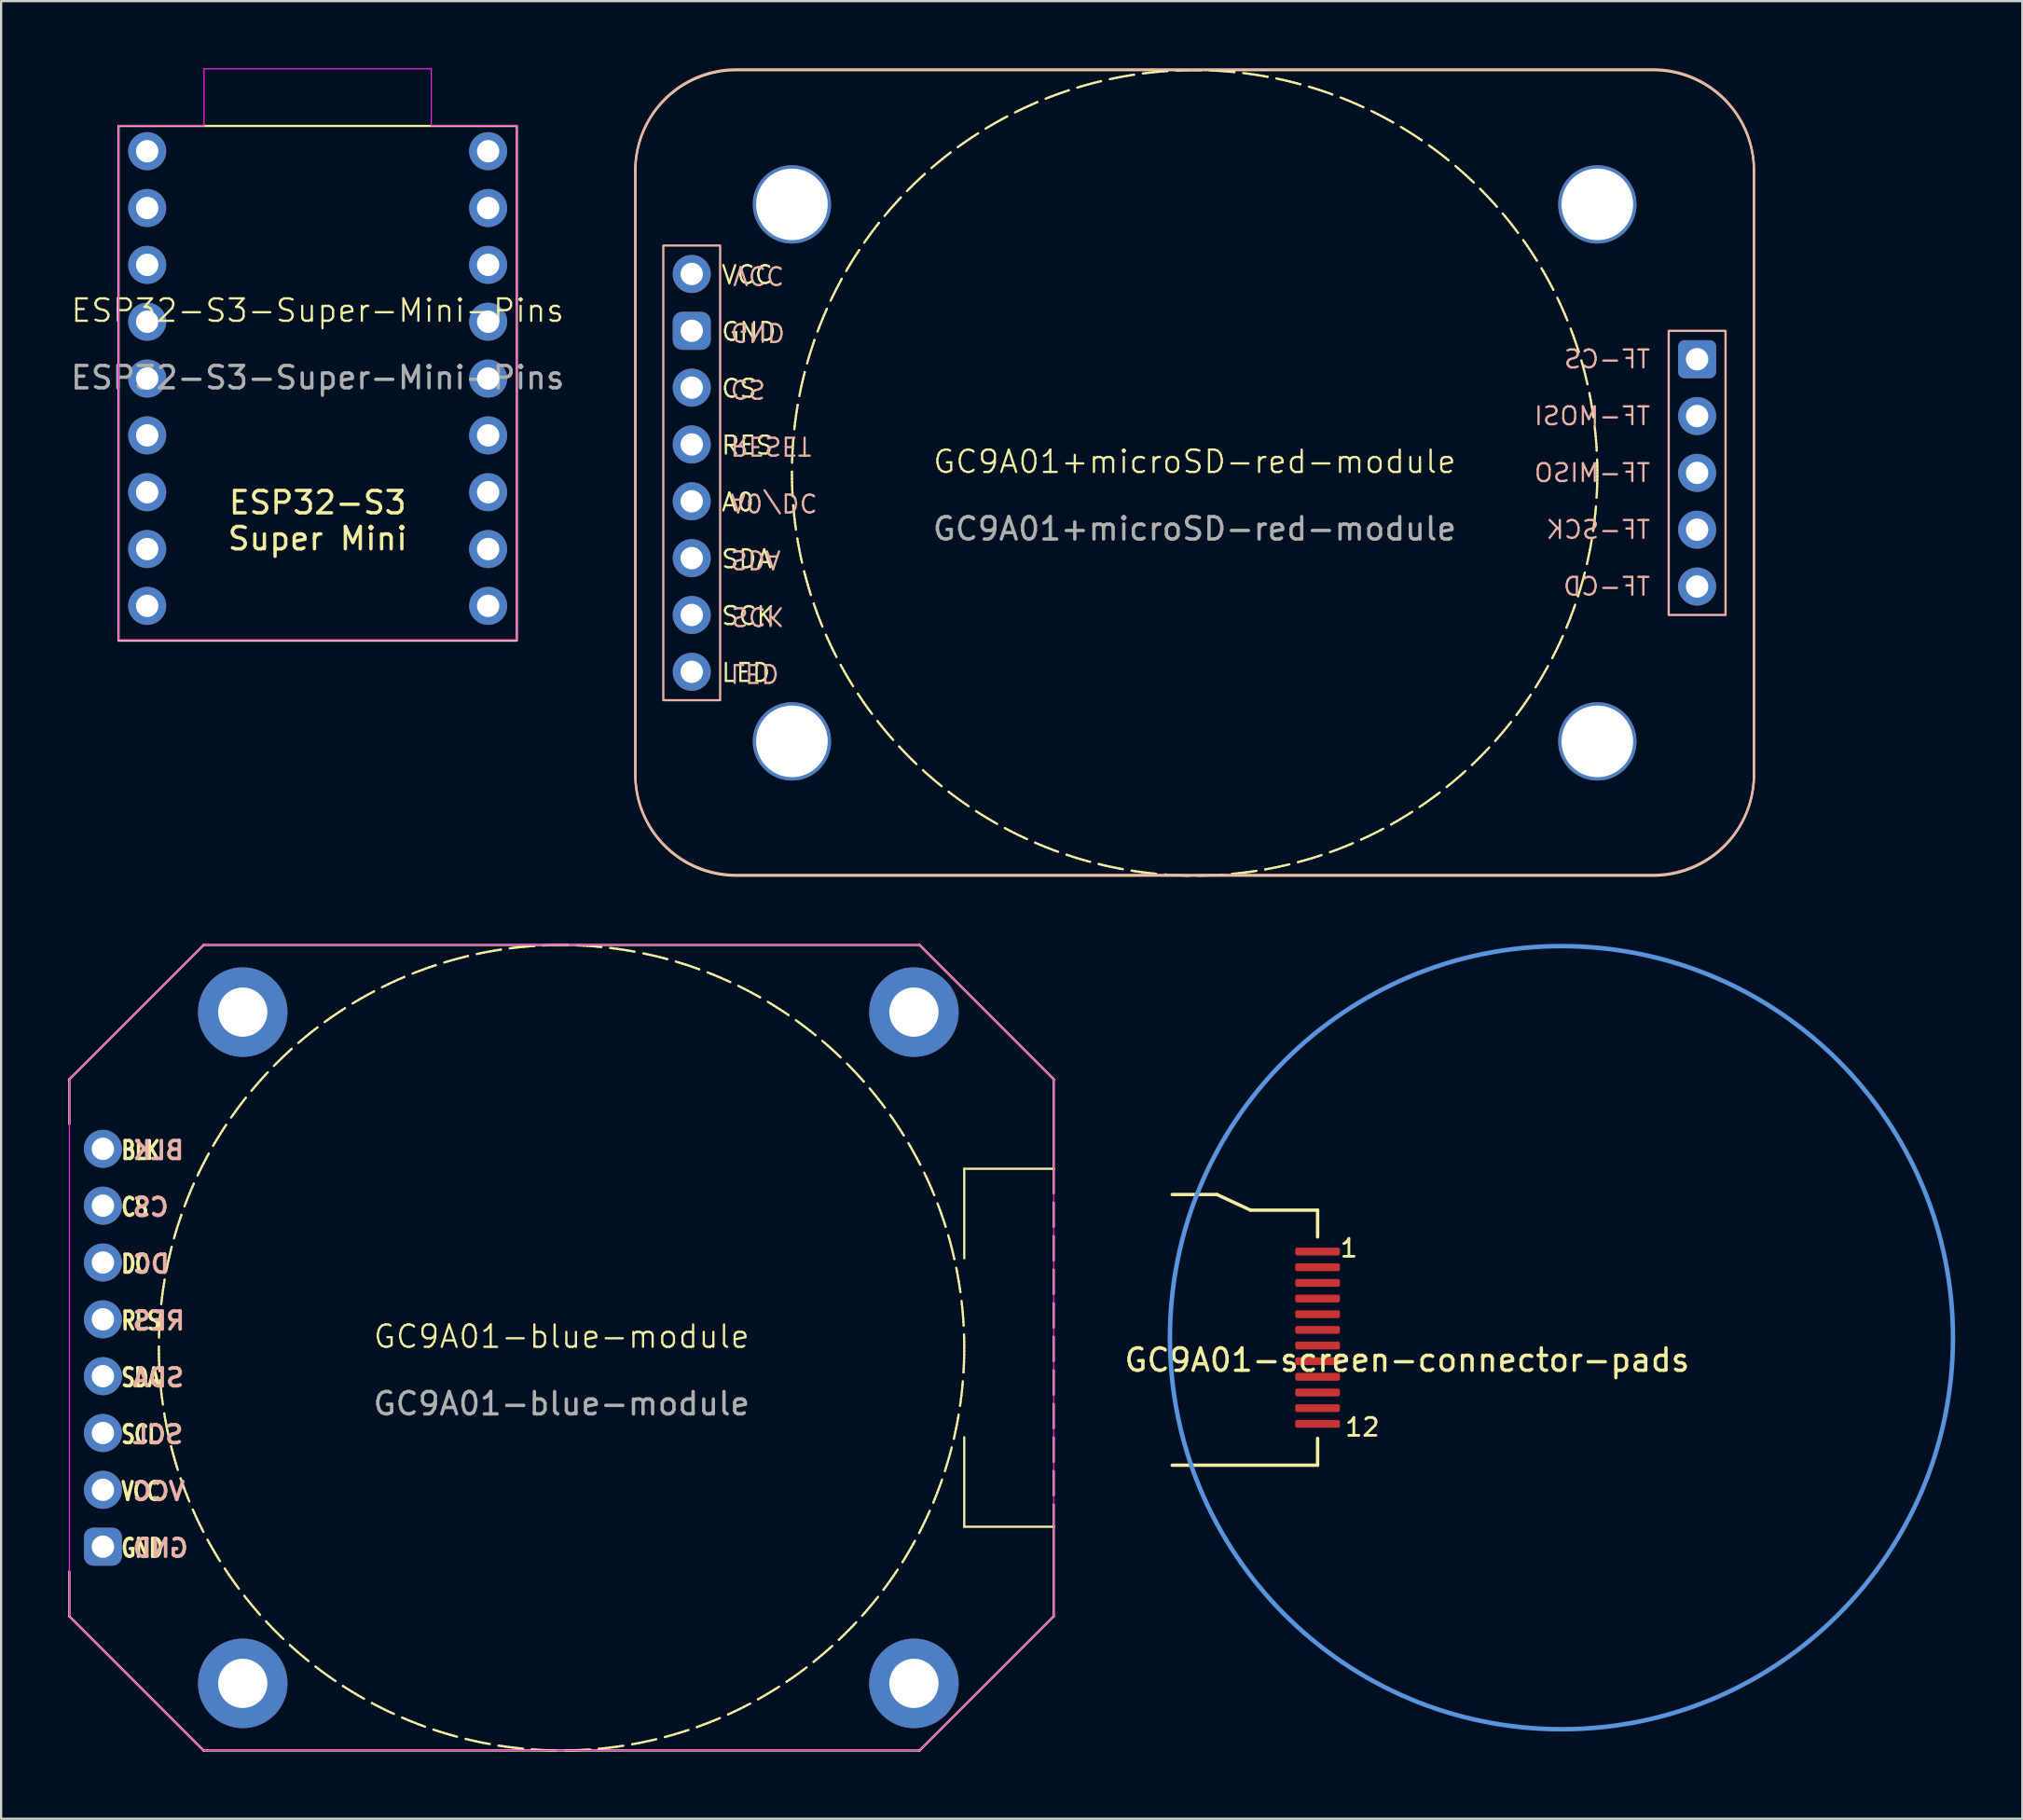
<source format=kicad_pcb>
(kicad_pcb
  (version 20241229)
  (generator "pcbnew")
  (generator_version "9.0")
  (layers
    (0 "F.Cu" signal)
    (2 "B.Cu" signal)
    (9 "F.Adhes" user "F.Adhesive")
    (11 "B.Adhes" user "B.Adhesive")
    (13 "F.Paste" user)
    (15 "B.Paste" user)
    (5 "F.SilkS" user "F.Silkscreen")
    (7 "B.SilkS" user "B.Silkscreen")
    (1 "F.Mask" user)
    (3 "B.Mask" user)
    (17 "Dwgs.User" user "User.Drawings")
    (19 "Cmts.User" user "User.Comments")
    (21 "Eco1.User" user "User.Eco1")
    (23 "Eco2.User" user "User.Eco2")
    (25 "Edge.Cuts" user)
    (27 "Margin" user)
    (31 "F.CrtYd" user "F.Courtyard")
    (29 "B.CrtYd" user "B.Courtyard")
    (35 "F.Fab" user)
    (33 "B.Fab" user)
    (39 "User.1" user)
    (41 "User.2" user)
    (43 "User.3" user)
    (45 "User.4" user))
  (footprint "ESP32-S3-Super-Mini-Pins"
    (layer "F.Cu")
    (at 11.149 11.328)
    (property "Reference" "ESP32-S3-Super-Mini-Pins" (at 0 -0.5 0) (unlocked yes) (layer "F.SilkS") (effects (font (size 1 1) (thickness 0.1))))
    (attr through_hole)
    (fp_rect (start -8.9 -8.75) (end 8.9 14.25) (stroke (width 0.1) (type default)) (fill no) (layer "F.SilkS"))
    (fp_poly (pts (xy -8.89 -8.763) (xy -5.08 -8.763) (xy -5.08 -11.303) (xy 5.08 -11.303) (xy 5.08 -8.763) (xy 8.89 -8.763) (xy 8.89 14.216) (xy -8.89 14.216)) (stroke (width 0.05) (type solid)) (fill no) (layer "F.CrtYd"))
    (fp_text user "${REFERENCE}" (at 0 2.5 0) (unlocked yes) (layer "F.Fab") (effects (font (size 1 1) (thickness 0.15))))
    (fp_text_box "ESP32-S3\nSuper Mini" (start -4.875 6.75) (end 4.875 9.75) (margins 0.75 0.75 0.75 0.75) (layer "F.SilkS") (effects (font (size 1 1) (thickness 0.15)) (justify top)) (border no) (stroke (width 0) (type solid)))
    (pad "1" thru_hole circle (at -7.62 -2.54) (size 1.7 1.7) (drill 1) (layers "*.Cu" "*.Mask"))
    (pad "2" thru_hole circle (at -7.62 0) (size 1.7 1.7) (drill 1) (layers "*.Cu" "*.Mask"))
    (pad "3" thru_hole circle (at -7.62 2.54) (size 1.7 1.7) (drill 1) (layers "*.Cu" "*.Mask"))
    (pad "3V3" thru_hole circle (at 7.62 -2.54) (size 1.7 1.7) (drill 1) (layers "*.Cu" "*.Mask"))
    (pad "4" thru_hole circle (at -7.62 5.08) (size 1.7 1.7) (drill 1) (layers "*.Cu" "*.Mask"))
    (pad "5" thru_hole circle (at -7.62 7.62) (size 1.7 1.7) (drill 1) (layers "*.Cu" "*.Mask"))
    (pad "5V" thru_hole circle (at 7.62 -7.62) (size 1.7 1.7) (drill 1) (layers "*.Cu" "*.Mask"))
    (pad "6" thru_hole circle (at -7.62 10.16) (size 1.7 1.7) (drill 1) (layers "*.Cu" "*.Mask"))
    (pad "7" thru_hole circle (at -7.62 12.7) (size 1.7 1.7) (drill 1) (layers "*.Cu" "*.Mask"))
    (pad "8" thru_hole circle (at 7.62 12.7) (size 1.7 1.7) (drill 1) (layers "*.Cu" "*.Mask"))
    (pad "9" thru_hole circle (at 7.62 10.16) (size 1.7 1.7) (drill 1) (layers "*.Cu" "*.Mask"))
    (pad "10" thru_hole circle (at 7.62 7.62) (size 1.7 1.7) (drill 1) (layers "*.Cu" "*.Mask"))
    (pad "12" thru_hole circle (at 7.62 2.54) (size 1.7 1.7) (drill 1) (layers "*.Cu" "*.Mask"))
    (pad "13" thru_hole circle (at 7.62 0) (size 1.7 1.7) (drill 1) (layers "*.Cu" "*.Mask"))
    (pad "211" thru_hole circle (at 7.62 5.08) (size 1.7 1.7) (drill 1) (layers "*.Cu" "*.Mask"))
    (pad "G" thru_hole circle (at 7.62 -5.08) (size 1.7 1.7) (drill 1) (layers "*.Cu" "*.Mask"))
    (pad "RX" thru_hole circle (at -7.62 -5.08) (size 1.7 1.7) (drill 1) (layers "*.Cu" "*.Mask"))
    (pad "TX" thru_hole circle (at -7.62 -7.62) (size 1.7 1.7) (drill 1) (layers "*.Cu" "*.Mask")))
  (footprint "GC9A01-screen-connector-pads"
    (layer "F.Cu")
    (at 55.844 56.734)
    (property "Reference" "GC9A01-screen-connector-pads" (at 4 1 0) (layer "F.SilkS") (effects (font (size 1 1) (thickness 0.15))))
    (attr smd)
    (fp_line (start -6.5 5.7) (end 0 5.7) (stroke (width 0.15) (type solid)) (layer "F.SilkS"))
    (fp_line (start -4.5 -6.4) (end -6.5 -6.4) (stroke (width 0.15) (type solid)) (layer "F.SilkS"))
    (fp_line (start -3 -5.7) (end -4.5 -6.4) (stroke (width 0.15) (type solid)) (layer "F.SilkS"))
    (fp_line (start -3 -5.7) (end 0 -5.7) (stroke (width 0.15) (type solid)) (layer "F.SilkS"))
    (fp_line (start 0 -4.5) (end 0 -5.7) (stroke (width 0.15) (type solid)) (layer "F.SilkS"))
    (fp_line (start 0 4.5) (end 0 5.7) (stroke (width 0.15) (type solid)) (layer "F.SilkS"))
    (fp_circle (center 10.9 0) (end 28.4 0) (stroke (width 0.2) (type solid)) (fill no) (layer "Cmts.User"))
    (fp_text user "1" (at 1.4 -4 0) (layer "F.SilkS") (effects (font (size 0.8 0.8) (thickness 0.12))))
    (fp_text user "12" (at 2 4 0) (layer "F.SilkS") (effects (font (size 0.8 0.8) (thickness 0.12))))
    (pad "1" smd roundrect (at 0 -3.85) (size 2 0.35) (layers "F.Cu" "F.Mask" "F.Paste") (roundrect_rratio 0.25))
    (pad "2" smd roundrect (at 0 -3.15) (size 2 0.35) (layers "F.Cu" "F.Mask" "F.Paste") (roundrect_rratio 0.25))
    (pad "3" smd roundrect (at 0 -2.45) (size 2 0.35) (layers "F.Cu" "F.Mask" "F.Paste") (roundrect_rratio 0.25))
    (pad "4" smd roundrect (at 0 -1.75) (size 2 0.35) (layers "F.Cu" "F.Mask" "F.Paste") (roundrect_rratio 0.25))
    (pad "5" smd roundrect (at 0 -1.05) (size 2 0.35) (layers "F.Cu" "F.Mask" "F.Paste") (roundrect_rratio 0.25))
    (pad "6" smd roundrect (at 0 -0.35) (size 2 0.35) (layers "F.Cu" "F.Mask" "F.Paste") (roundrect_rratio 0.25))
    (pad "7" smd roundrect (at 0 0.35) (size 2 0.35) (layers "F.Cu" "F.Mask" "F.Paste") (roundrect_rratio 0.25))
    (pad "8" smd roundrect (at 0 1.05) (size 2 0.35) (layers "F.Cu" "F.Mask" "F.Paste") (roundrect_rratio 0.25))
    (pad "9" smd roundrect (at 0 1.75) (size 2 0.35) (layers "F.Cu" "F.Mask" "F.Paste") (roundrect_rratio 0.25))
    (pad "10" smd roundrect (at 0 2.45) (size 2 0.35) (layers "F.Cu" "F.Mask" "F.Paste") (roundrect_rratio 0.25))
    (pad "11" smd roundrect (at 0 3.15) (size 2 0.35) (layers "F.Cu" "F.Mask" "F.Paste") (roundrect_rratio 0.25))
    (pad "12" smd roundrect (at 0 3.85) (size 2 0.35) (layers "F.Cu" "F.Mask" "F.Paste") (roundrect_rratio 0.25)))
  (footprint "GC9A01-blue-module"
    (layer "F.Cu")
    (at 22.05 57.184)
    (property "Reference" "GC9A01-blue-module" (at 0 -0.5 0) (unlocked yes) (layer "F.SilkS") (effects (font (size 1 1) (thickness 0.1))))
    (attr through_hole)
    (fp_line (start -22 -12) (end -22 -10) (stroke (width 0.1) (type default)) (layer "F.SilkS"))
    (fp_line (start -22 -12) (end -16 -18) (stroke (width 0.1) (type default)) (layer "F.SilkS"))
    (fp_line (start -22 10) (end -22 12) (stroke (width 0.1) (type default)) (layer "F.SilkS"))
    (fp_line (start -22 12) (end -16 18) (stroke (width 0.1) (type default)) (layer "F.SilkS"))
    (fp_line (start -16 -18) (end 16 -18) (stroke (width 0.1) (type default)) (layer "F.SilkS"))
    (fp_line (start -16 18) (end 16 18) (stroke (width 0.1) (type default)) (layer "F.SilkS"))
    (fp_line (start 16 18) (end 22 12) (stroke (width 0.1) (type default)) (layer "F.SilkS"))
    (fp_line (start 18 -8) (end 18 -4) (stroke (width 0.1) (type default)) (layer "F.SilkS"))
    (fp_line (start 18 -8) (end 22 -8) (stroke (width 0.1) (type default)) (layer "F.SilkS"))
    (fp_line (start 18 4) (end 18 8) (stroke (width 0.1) (type default)) (layer "F.SilkS"))
    (fp_line (start 18 8) (end 22 8) (stroke (width 0.1) (type default)) (layer "F.SilkS"))
    (fp_line (start 22 -12) (end 16 -18) (stroke (width 0.1) (type default)) (layer "F.SilkS"))
    (fp_line (start 22 -12) (end 22 -8) (stroke (width 0.1) (type default)) (layer "F.SilkS"))
    (fp_line (start 22 -8) (end 22 8) (stroke (width 0.1) (type dash)) (layer "F.SilkS"))
    (fp_line (start 22 8) (end 22 12) (stroke (width 0.1) (type default)) (layer "F.SilkS"))
    (fp_circle (center 0 0) (end 18 0) (stroke (width 0.1) (type dash)) (fill no) (layer "F.SilkS"))
    (fp_poly (pts (xy -22 -12) (xy -16 -18) (xy 16 -18) (xy 22 -12) (xy 22 12) (xy 16 18) (xy -16 18) (xy -22 12)) (stroke (width 0.05) (type solid)) (fill no) (layer "F.CrtYd"))
    (fp_text user "RES" (at -19.75 -0.735 0) (unlocked yes) (layer "F.SilkS") (effects (font (size 0.8 0.6) (thickness 0.16)) (justify left bottom)))
    (fp_text user "SDA" (at -19.75 1.805 0) (unlocked yes) (layer "F.SilkS") (effects (font (size 0.8 0.6) (thickness 0.16)) (justify left bottom)))
    (fp_text user "DC" (at -19.75 -3.275 0) (unlocked yes) (layer "F.SilkS") (effects (font (size 0.8 0.6) (thickness 0.16)) (justify left bottom)))
    (fp_text user "SCL" (at -19.75 4.345 0) (unlocked yes) (layer "F.SilkS") (effects (font (size 0.8 0.6) (thickness 0.16)) (justify left bottom)))
    (fp_text user "GND" (at -19.75 9.425 0) (unlocked yes) (layer "F.SilkS") (effects (font (size 0.8 0.6) (thickness 0.16)) (justify left bottom)))
    (fp_text user "BLK" (at -19.75 -8.355 0) (unlocked yes) (layer "F.SilkS") (effects (font (size 0.8 0.6) (thickness 0.16)) (justify left bottom)))
    (fp_text user "CS" (at -19.75 -5.815 0) (unlocked yes) (layer "F.SilkS") (effects (font (size 0.8 0.6) (thickness 0.16)) (justify left bottom)))
    (fp_text user "VCC" (at -19.75 6.885 0) (unlocked yes) (layer "F.SilkS") (effects (font (size 0.8 0.6) (thickness 0.16)) (justify left bottom)))
    (fp_text user "GND" (at -19.25 9.425 0) (unlocked yes) (layer "B.SilkS") (effects (font (size 0.8 0.8) (thickness 0.16)) (justify right bottom mirror)))
    (fp_text user "BLK" (at -19.25 -8.355 0) (unlocked yes) (layer "B.SilkS") (effects (font (size 0.8 0.8) (thickness 0.16)) (justify right bottom mirror)))
    (fp_text user "SCL" (at -19.25 4.345 0) (unlocked yes) (layer "B.SilkS") (effects (font (size 0.8 0.8) (thickness 0.16)) (justify right bottom mirror)))
    (fp_text user "CS" (at -19.25 -5.815 0) (unlocked yes) (layer "B.SilkS") (effects (font (size 0.8 0.8) (thickness 0.16)) (justify right bottom mirror)))
    (fp_text user "VCC" (at -19.25 6.885 0) (unlocked yes) (layer "B.SilkS") (effects (font (size 0.8 0.8) (thickness 0.16)) (justify right bottom mirror)))
    (fp_text user "DC" (at -19.25 -3.275 0) (unlocked yes) (layer "B.SilkS") (effects (font (size 0.8 0.8) (thickness 0.16)) (justify right bottom mirror)))
    (fp_text user "SDA" (at -19.25 1.805 0) (unlocked yes) (layer "B.SilkS") (effects (font (size 0.8 0.8) (thickness 0.16)) (justify right bottom mirror)))
    (fp_text user "RES" (at -19.25 -0.735 0) (unlocked yes) (layer "B.SilkS") (effects (font (size 0.8 0.8) (thickness 0.16)) (justify right bottom mirror)))
    (fp_text user "${REFERENCE}" (at 0 2.5 0) (unlocked yes) (layer "F.Fab") (effects (font (size 1 1) (thickness 0.15))))
    (pad "" np_thru_hole circle (at -14.25 -15) (size 4 4) (drill 2.2) (layers "*.Cu" "*.Mask"))
    (pad "" np_thru_hole circle (at -14.25 15) (size 4 4) (drill 2.2) (layers "*.Cu" "*.Mask"))
    (pad "" np_thru_hole circle (at 15.75 -15) (size 4 4) (drill 2.2) (layers "*.Cu" "*.Mask"))
    (pad "" np_thru_hole circle (at 15.75 15) (size 4 4) (drill 2.2) (layers "*.Cu" "*.Mask"))
    (pad "1" thru_hole roundrect (at -20.5 8.89 270) (size 1.7 1.7) (drill 1) (layers "*.Cu" "*.Mask") (roundrect_rratio 0.25))
    (pad "2" thru_hole circle (at -20.5 6.35 270) (size 1.7 1.7) (drill 1) (layers "*.Cu" "*.Mask"))
    (pad "3" thru_hole circle (at -20.5 3.81 270) (size 1.7 1.7) (drill 1) (layers "*.Cu" "*.Mask"))
    (pad "4" thru_hole circle (at -20.5 1.27 270) (size 1.7 1.7) (drill 1) (layers "*.Cu" "*.Mask"))
    (pad "5" thru_hole circle (at -20.5 -1.27 270) (size 1.7 1.7) (drill 1) (layers "*.Cu" "*.Mask"))
    (pad "6" thru_hole circle (at -20.5 -3.81 270) (size 1.7 1.7) (drill 1) (layers "*.Cu" "*.Mask"))
    (pad "7" thru_hole circle (at -20.5 -6.35 270) (size 1.7 1.7) (drill 1) (layers "*.Cu" "*.Mask"))
    (pad "8" thru_hole circle (at -20.5 -8.89 270) (size 1.7 1.7) (drill 1) (layers "*.Cu" "*.Mask")))
  (footprint "GC9A01+microSD-red-module"
    (layer "F.Cu")
    (at 50.348 18.084)
    (property "Reference" "GC9A01+microSD-red-module" (at 0 -0.5 0) (unlocked yes) (layer "F.SilkS") (effects (font (size 1 1) (thickness 0.1))))
    (attr smd)
    (fp_circle (center 0 0) (end 18 0) (stroke (width 0.1) (type dash)) (fill no) (layer "F.SilkS"))
    (fp_poly (pts (arc (start 20.5 18) (mid 23.681981 16.681981) (end 25 13.5)) (arc (start 25 -13.5) (mid 23.681981 -16.681981) (end 20.5 -18)) (arc (start -20.5 -18) (mid -23.681981 -16.681981) (end -25 -13.5)) (arc (start -25 13.5) (mid -23.681981 16.681981) (end -20.5 18))) (stroke (width 0.1) (type solid)) (fill no) (layer "F.SilkS"))
    (fp_rect (start -23.749 -10.16) (end -21.209 10.16) (stroke (width 0.1) (type default)) (fill no) (layer "B.SilkS"))
    (fp_rect (start 21.19 -6.35) (end 23.73 6.35) (stroke (width 0.1) (type default)) (fill no) (layer "B.SilkS"))
    (fp_poly (pts (arc (start 20.5 17.966) (mid 23.681981 16.647981) (end 25 13.466)) (arc (start 25 -13.534) (mid 23.681981 -16.715981) (end 20.5 -18.034)) (arc (start -20.5 -18.034) (mid -23.681981 -16.715981) (end -25 -13.534)) (arc (start -25 13.466) (mid -23.681981 16.647981) (end -20.5 17.966))) (stroke (width 0.1) (type solid)) (fill no) (layer "B.SilkS"))
    (fp_text user "LED" (at -21.209 9.398 0) (unlocked yes) (layer "F.SilkS") (effects (font (size 0.8 0.8) (thickness 0.1)) (justify left bottom)))
    (fp_text user "SDA" (at -21.209 4.318 0) (unlocked yes) (layer "F.SilkS") (effects (font (size 0.8 0.8) (thickness 0.1)) (justify left bottom)))
    (fp_text user "SCK" (at -21.209 6.858 0) (unlocked yes) (layer "F.SilkS") (effects (font (size 0.8 0.8) (thickness 0.1)) (justify left bottom)))
    (fp_text user "GND" (at -21.209 -5.842 0) (unlocked yes) (layer "F.SilkS") (effects (font (size 0.8 0.8) (thickness 0.1)) (justify left bottom)))
    (fp_text user "RES" (at -21.209 -0.762 0) (unlocked yes) (layer "F.SilkS") (effects (font (size 0.8 0.8) (thickness 0.1)) (justify left bottom)))
    (fp_text user "VCC" (at -21.209 -8.382 0) (unlocked yes) (layer "F.SilkS") (effects (font (size 0.8 0.8) (thickness 0.1)) (justify left bottom)))
    (fp_text user "A0" (at -21.209 1.778 0) (unlocked yes) (layer "F.SilkS") (effects (font (size 0.8 0.8) (thickness 0.1)) (justify left bottom)))
    (fp_text user "CS" (at -21.209 -3.302 0) (unlocked yes) (layer "F.SilkS") (effects (font (size 0.8 0.8) (thickness 0.1)) (justify left bottom)))
    (fp_text user "TF-CD" (at 20.428 5.08 0) (unlocked yes) (layer "B.SilkS") (effects (font (size 0.8 0.8) (thickness 0.1)) (justify left mirror)))
    (fp_text user "TF-CS" (at 20.428 -5.08 0) (unlocked yes) (layer "B.SilkS") (effects (font (size 0.8 0.8) (thickness 0.1)) (justify left mirror)))
    (fp_text user "SDA" (at -20.815 3.405 180) (unlocked yes) (layer "B.SilkS") (effects (font (size 0.8 0.8) (thickness 0.1)) (justify left bottom mirror)))
    (fp_text user "GND" (at -20.815 -6.755 180) (unlocked yes) (layer "B.SilkS") (effects (font (size 0.8 0.8) (thickness 0.1)) (justify left bottom mirror)))
    (fp_text user "SCK" (at -20.777 5.945 180) (unlocked yes) (layer "B.SilkS") (effects (font (size 0.8 0.8) (thickness 0.1)) (justify left bottom mirror)))
    (fp_text user "A0/DC" (at -20.815 0.865 180) (unlocked yes) (layer "B.SilkS") (effects (font (size 0.8 0.8) (thickness 0.1)) (justify left bottom mirror)))
    (fp_text user "TF-SCK" (at 20.428 2.54 0) (unlocked yes) (layer "B.SilkS") (effects (font (size 0.8 0.8) (thickness 0.1)) (justify left mirror)))
    (fp_text user "LED" (at -20.815 8.485 180) (unlocked yes) (layer "B.SilkS") (effects (font (size 0.8 0.8) (thickness 0.1)) (justify left bottom mirror)))
    (fp_text user "VCC" (at -20.701 -9.295 180) (unlocked yes) (layer "B.SilkS") (effects (font (size 0.8 0.8) (thickness 0.1)) (justify left bottom mirror)))
    (fp_text user "CS" (at -20.815 -4.215 180) (unlocked yes) (layer "B.SilkS") (effects (font (size 0.8 0.8) (thickness 0.1)) (justify left bottom mirror)))
    (fp_text user "RESET" (at -20.815 -1.675 180) (unlocked yes) (layer "B.SilkS") (effects (font (size 0.8 0.8) (thickness 0.1)) (justify left bottom mirror)))
    (fp_text user "TF-MOSI" (at 20.428 -2.54 0) (unlocked yes) (layer "B.SilkS") (effects (font (size 0.8 0.8) (thickness 0.1)) (justify left mirror)))
    (fp_text user "TF-MISO" (at 20.428 0 0) (unlocked yes) (layer "B.SilkS") (effects (font (size 0.8 0.8) (thickness 0.1)) (justify left mirror)))
    (fp_text user "${REFERENCE}" (at 0 2.5 0) (unlocked yes) (layer "F.Fab") (effects (font (size 1 1) (thickness 0.15))))
    (pad "" np_thru_hole circle (at -18 -12) (size 3.5 3.5) (drill 3.2) (layers "*.Cu" "*.Mask"))
    (pad "" np_thru_hole circle (at -18 12) (size 3.5 3.5) (drill 3.2) (layers "*.Cu" "*.Mask"))
    (pad "" np_thru_hole circle (at 18 -12) (size 3.5 3.5) (drill 3.2) (layers "*.Cu" "*.Mask"))
    (pad "" np_thru_hole circle (at 18 12) (size 3.5 3.5) (drill 3.2) (layers "*.Cu" "*.Mask"))
    (pad "1" thru_hole roundrect (at -22.479 -6.35 270) (size 1.7 1.7) (drill 1) (layers "*.Cu" "*.Mask") (roundrect_rratio 0.25))
    (pad "2" thru_hole circle (at -22.479 -8.89 270) (size 1.7 1.7) (drill 1) (layers "*.Cu" "*.Mask"))
    (pad "3" thru_hole circle (at -22.479 6.35 270) (size 1.7 1.7) (drill 1) (layers "*.Cu" "*.Mask"))
    (pad "4" thru_hole circle (at -22.479 3.81 270) (size 1.7 1.7) (drill 1) (layers "*.Cu" "*.Mask"))
    (pad "5" thru_hole circle (at -22.479 -1.27 270) (size 1.7 1.7) (drill 1) (layers "*.Cu" "*.Mask"))
    (pad "6" thru_hole circle (at -22.479 1.27 270) (size 1.7 1.7) (drill 1) (layers "*.Cu" "*.Mask"))
    (pad "7" thru_hole circle (at -22.479 -3.81 270) (size 1.7 1.7) (drill 1) (layers "*.Cu" "*.Mask"))
    (pad "8" thru_hole circle (at -22.479 8.89 270) (size 1.7 1.7) (drill 1) (layers "*.Cu" "*.Mask"))
    (pad "9" thru_hole roundrect (at 22.46 -5.08 270) (size 1.7 1.7) (drill 1) (layers "*.Cu" "*.Mask") (roundrect_rratio 0.164))
    (pad "10" thru_hole circle (at 22.46 -2.54 270) (size 1.7 1.7) (drill 1) (layers "*.Cu" "*.Mask"))
    (pad "11" thru_hole circle (at 22.46 0 270) (size 1.7 1.7) (drill 1) (layers "*.Cu" "*.Mask"))
    (pad "12" thru_hole circle (at 22.46 2.54 270) (size 1.7 1.7) (drill 1) (layers "*.Cu" "*.Mask"))
    (pad "13" thru_hole circle (at 22.46 5.08 270) (size 1.7 1.7) (drill 1) (layers "*.Cu" "*.Mask")))
  (gr_rect
    (start -3 -3)
    (end 87.344 78.234)
    (stroke (width 0.1) (type default))
    (fill no)
    (layer "Edge.Cuts")))
</source>
